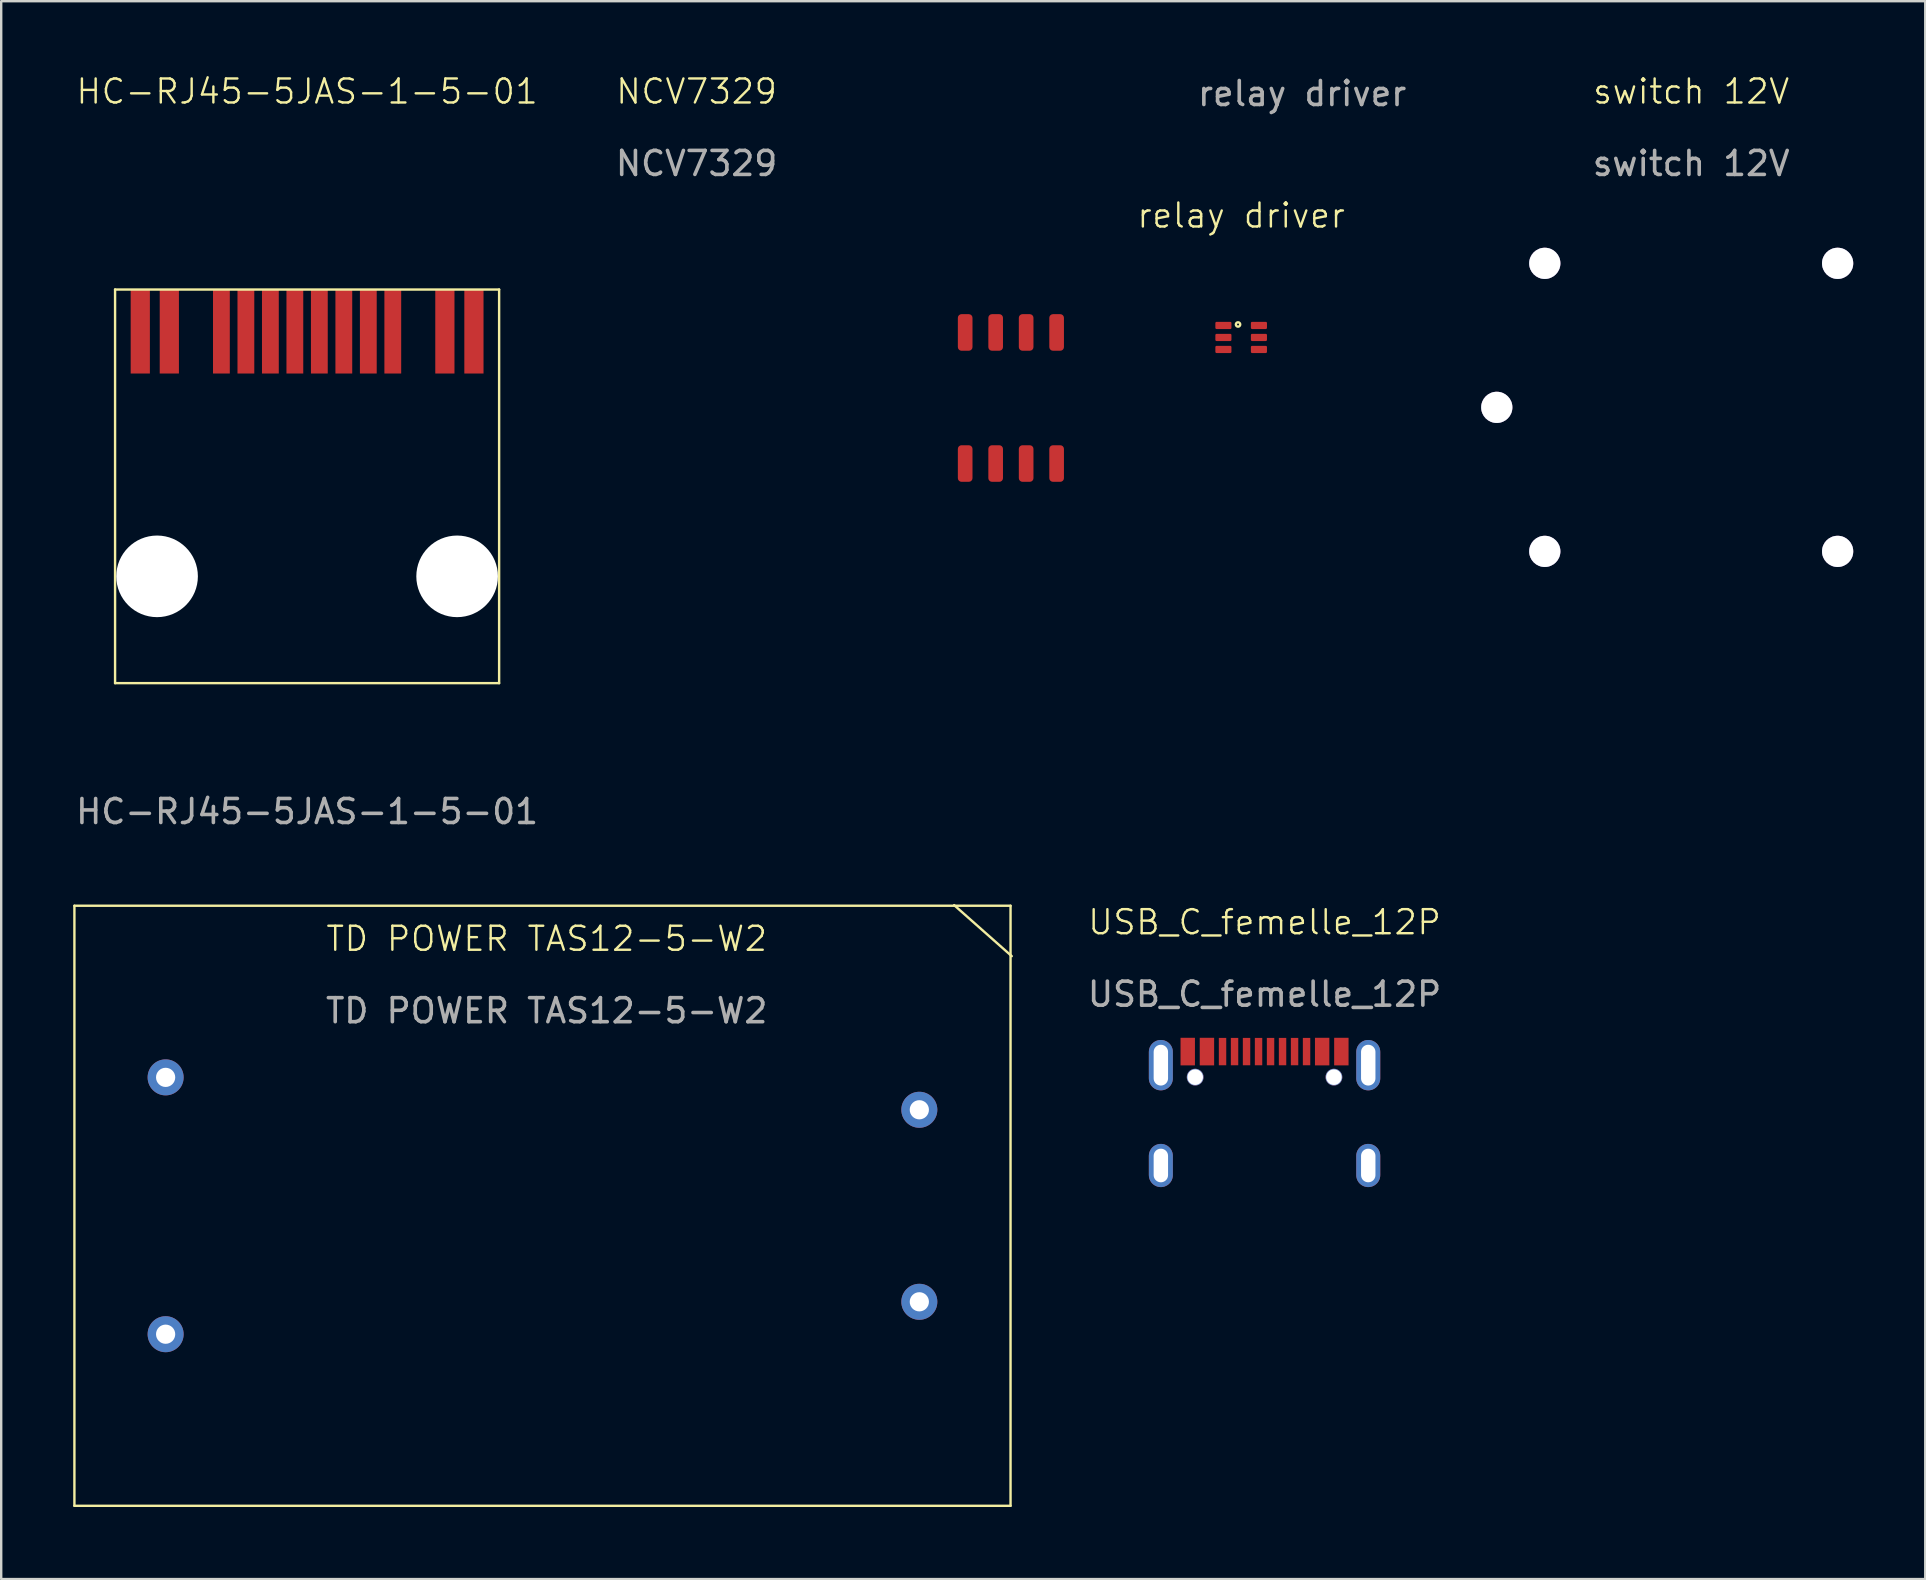
<source format=kicad_pcb>
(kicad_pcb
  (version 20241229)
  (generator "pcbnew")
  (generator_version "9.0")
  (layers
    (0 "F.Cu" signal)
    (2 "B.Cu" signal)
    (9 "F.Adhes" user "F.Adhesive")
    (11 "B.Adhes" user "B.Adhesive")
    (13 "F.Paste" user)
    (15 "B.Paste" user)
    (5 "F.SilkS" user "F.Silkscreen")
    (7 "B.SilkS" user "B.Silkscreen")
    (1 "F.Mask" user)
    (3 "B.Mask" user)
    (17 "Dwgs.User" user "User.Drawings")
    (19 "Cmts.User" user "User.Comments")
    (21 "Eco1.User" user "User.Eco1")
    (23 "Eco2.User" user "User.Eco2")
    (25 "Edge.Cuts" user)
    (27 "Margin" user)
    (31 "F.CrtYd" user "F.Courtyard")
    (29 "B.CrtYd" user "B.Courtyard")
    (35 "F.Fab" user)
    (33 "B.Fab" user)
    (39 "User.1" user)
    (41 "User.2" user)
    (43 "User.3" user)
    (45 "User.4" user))
  (footprint "HC-RJ45-5JAS-1-5-01"
    (layer "F.Cu")
    (at 9.744 10.761)
    (property "Reference" "HC-RJ45-5JAS-1-5-01" (at 0 -10 0) (unlocked yes) (layer "F.SilkS") (effects (font (size 1 1) (thickness 0.1))))
    (attr smd)
    (fp_line (start -8 -1.75) (end -8 14.65) (stroke (width 0.1) (type default)) (layer "F.SilkS"))
    (fp_line (start -8 -1.75) (end 8 -1.75) (stroke (width 0.1) (type default)) (layer "F.SilkS"))
    (fp_line (start 8 14.65) (end -8 14.65) (stroke (width 0.1) (type default)) (layer "F.SilkS"))
    (fp_line (start 8 14.65) (end 8 -1.75) (stroke (width 0.1) (type default)) (layer "F.SilkS"))
    (fp_text user "${REFERENCE}" (at 0 20 0) (unlocked yes) (layer "F.Fab") (effects (font (size 1 1) (thickness 0.15))))
    (pad "" np_thru_hole circle (at -6.25 10.2) (size 3.4 3.4) (drill 3.4) (layers "*.Cu" "*.Mask"))
    (pad "" np_thru_hole circle (at 6.25 10.2) (size 3.4 3.4) (drill 3.4) (layers "*.Cu" "*.Mask"))
    (pad "1" smd rect (at 3.57 0) (size 0.7 3.5) (layers "F.Cu" "F.Mask" "F.Paste"))
    (pad "2" smd rect (at 2.55 0) (size 0.7 3.5) (layers "F.Cu" "F.Mask" "F.Paste"))
    (pad "3" smd rect (at 1.53 0) (size 0.7 3.5) (layers "F.Cu" "F.Mask" "F.Paste"))
    (pad "4" smd rect (at 0.51 0) (size 0.7 3.5) (layers "F.Cu" "F.Mask" "F.Paste"))
    (pad "5" smd rect (at -0.51 0) (size 0.7 3.5) (layers "F.Cu" "F.Mask" "F.Paste"))
    (pad "6" smd rect (at -1.53 0) (size 0.7 3.5) (layers "F.Cu" "F.Mask" "F.Paste"))
    (pad "7" smd rect (at -2.55 0) (size 0.7 3.5) (layers "F.Cu" "F.Mask" "F.Paste"))
    (pad "8" smd rect (at -3.57 0) (size 0.7 3.5) (layers "F.Cu" "F.Mask" "F.Paste"))
    (pad "9" smd rect (at -5.74 0) (size 0.8 3.5) (layers "F.Cu" "F.Mask" "F.Paste"))
    (pad "10" smd rect (at -6.95 0) (size 0.8 3.5) (layers "F.Cu" "F.Mask" "F.Paste"))
    (pad "11" smd rect (at 6.95 0) (size 0.8 3.5) (layers "F.Cu" "F.Mask" "F.Paste"))
    (pad "12" smd rect (at 5.74 0) (size 0.8 3.5) (layers "F.Cu" "F.Mask" "F.Paste")))
  (footprint "USB_C_femelle_12P"
    (layer "F.Cu")
    (at 49.632 45.505)
    (property "Reference" "USB_C_femelle_12P" (at 0 -10.136 0) (unlocked yes) (layer "F.SilkS") (effects (font (size 1 1) (thickness 0.1))))
    (attr smd)
    (fp_text user "${REFERENCE}" (at 0 -7.136 0) (unlocked yes) (layer "F.Fab") (effects (font (size 1 1) (thickness 0.15))))
    (pad "A1" smd rect (at -3.2 -4.745) (size 0.6 1.15) (layers "F.Cu" "F.Mask" "F.Paste"))
    (pad "A1" thru_hole circle (at -2.89 -3.68) (size 0.7 0.7) (drill 0.65) (layers "*.Cu" "*.Mask"))
    (pad "A1" thru_hole circle (at 2.89 -3.68) (size 0.7 0.7) (drill 0.65) (layers "*.Cu" "*.Mask"))
    (pad "A1" smd rect (at 3.2 -4.745) (size 0.6 1.15) (layers "F.Cu" "F.Mask" "F.Paste"))
    (pad "A4" smd rect (at -2.4 -4.745) (size 0.6 1.15) (layers "F.Cu" "F.Mask" "F.Paste"))
    (pad "A4" smd rect (at 2.4 -4.745) (size 0.6 1.15) (layers "F.Cu" "F.Mask" "F.Paste"))
    (pad "A5" smd rect (at -1.25 -4.745) (size 0.309 1.14) (layers "F.Cu" "F.Mask" "F.Paste"))
    (pad "A6" smd rect (at -0.25 -4.745) (size 0.309 1.14) (layers "F.Cu" "F.Mask" "F.Paste"))
    (pad "A7" smd rect (at 0.25 -4.745) (size 0.309 1.14) (layers "F.Cu" "F.Mask" "F.Paste"))
    (pad "A8" smd rect (at 1.25 -4.745) (size 0.309 1.14) (layers "F.Cu" "F.Mask" "F.Paste"))
    (pad "B5" smd rect (at 1.75 -4.745) (size 0.309 1.14) (layers "F.Cu" "F.Mask" "F.Paste"))
    (pad "B6" smd rect (at 0.75 -4.745) (size 0.309 1.14) (layers "F.Cu" "F.Mask" "F.Paste"))
    (pad "B7" smd rect (at -0.75 -4.745) (size 0.309 1.14) (layers "F.Cu" "F.Mask" "F.Paste"))
    (pad "B8" smd rect (at -1.75 -4.745) (size 0.309 1.14) (layers "F.Cu" "F.Mask" "F.Paste"))
    (pad "S1" thru_hole oval (at -4.32 -4.18) (size 1 2.1) (drill oval 0.6 1.7) (layers "*.Cu" "*.Mask"))
    (pad "S1" thru_hole oval (at -4.32 0) (size 1 1.8) (drill oval 0.6 1.4) (layers "*.Cu" "*.Mask"))
    (pad "S1" thru_hole oval (at 4.32 -4.18) (size 1 2.1) (drill oval 0.6 1.7) (layers "*.Cu" "*.Mask"))
    (pad "S1" thru_hole oval (at 4.32 0) (size 1 1.8) (drill oval 0.6 1.4) (layers "*.Cu" "*.Mask")))
  (footprint "NCV7329"
    (layer "F.Cu")
    (at 40.97 16.261)
    (property "Reference" "NCV7329" (at -15 -15.5 0) (unlocked yes) (layer "F.SilkS") (effects (font (size 1 1) (thickness 0.1))))
    (attr smd)
    (fp_text user "${REFERENCE}" (at -15 -12.5 0) (unlocked yes) (layer "F.Fab") (effects (font (size 1 1) (thickness 0.15))))
    (pad "1" smd roundrect (at -3.81 0) (size 0.61 1.524) (layers "F.Cu" "F.Mask" "F.Paste") (roundrect_rratio 0.25))
    (pad "2" smd roundrect (at -2.54 0) (size 0.61 1.524) (layers "F.Cu" "F.Mask" "F.Paste") (roundrect_rratio 0.25))
    (pad "3" smd roundrect (at -1.27 0) (size 0.61 1.524) (layers "F.Cu" "F.Mask" "F.Paste") (roundrect_rratio 0.25))
    (pad "4" smd roundrect (at 0 0) (size 0.61 1.524) (layers "F.Cu" "F.Mask" "F.Paste") (roundrect_rratio 0.25))
    (pad "5" smd roundrect (at 0 -5.461) (size 0.61 1.524) (layers "F.Cu" "F.Mask" "F.Paste") (roundrect_rratio 0.25))
    (pad "6" smd roundrect (at -1.27 -5.461) (size 0.61 1.524) (layers "F.Cu" "F.Mask" "F.Paste") (roundrect_rratio 0.25))
    (pad "7" smd roundrect (at -2.54 -5.461) (size 0.61 1.524) (layers "F.Cu" "F.Mask" "F.Paste") (roundrect_rratio 0.25))
    (pad "8" smd roundrect (at -3.81 -5.461) (size 0.61 1.524) (layers "F.Cu" "F.Mask" "F.Paste") (roundrect_rratio 0.25)))
  (footprint "TD POWER TAS12-5-W2"
    (layer "F.Cu")
    (at 19.55 47.184)
    (property "Reference" "TD POWER TAS12-5-W2" (at 0.175 -11.125 0) (unlocked yes) (layer "F.SilkS") (effects (font (size 1 1) (thickness 0.1))))
    (attr through_hole)
    (fp_line (start -19.5 -12.5) (end 19.5 -12.5) (stroke (width 0.1) (type default)) (layer "F.SilkS"))
    (fp_line (start -19.5 12.5) (end -19.5 -12.5) (stroke (width 0.1) (type default)) (layer "F.SilkS"))
    (fp_line (start -19.5 12.5) (end 19.5 12.5) (stroke (width 0.1) (type default)) (layer "F.SilkS"))
    (fp_line (start 17.15 -12.525) (end 19.55 -10.4) (stroke (width 0.1) (type default)) (layer "F.SilkS"))
    (fp_line (start 19.5 -12.5) (end 19.5 12.5) (stroke (width 0.1) (type default)) (layer "F.SilkS"))
    (fp_text user "${REFERENCE}" (at 0.175 -8.125 0) (unlocked yes) (layer "F.Fab") (effects (font (size 1 1) (thickness 0.15))))
    (pad "1" thru_hole circle (at -15.7 5.35) (size 1.5 1.5) (drill 0.8) (layers "*.Cu" "*.Mask"))
    (pad "2" thru_hole circle (at -15.7 -5.35) (size 1.5 1.5) (drill 0.8) (layers "*.Cu" "*.Mask"))
    (pad "4" thru_hole circle (at 15.7 -4) (size 1.5 1.5) (drill 0.8) (layers "*.Cu" "*.Mask"))
    (pad "6" thru_hole circle (at 15.7 4) (size 1.5 1.5) (drill 0.8) (layers "*.Cu" "*.Mask")))
  (footprint "switch 12V"
    (layer "F.Cu")
    (at 67.407 13.921)
    (property "Reference" "switch 12V" (at 0 -13.16 0) (unlocked yes) (layer "F.SilkS") (effects (font (size 1 1) (thickness 0.1))))
    (attr through_hole)
    (fp_text user "${REFERENCE}" (at 0 -10.16 0) (unlocked yes) (layer "F.Fab") (effects (font (size 1 1) (thickness 0.15))))
    (pad "1" thru_hole circle (at -6.1 -6) (size 1.3 1.3) (drill 1.3) (layers "*.Cu" "*.Mask"))
    (pad "2" thru_hole circle (at -6.1 6) (size 1.3 1.3) (drill 1.3) (layers "*.Cu" "*.Mask"))
    (pad "L" thru_hole circle (at -8.1 0) (size 1.3 1.3) (drill 1.3) (layers "*.Cu" "*.Mask"))
    (pad "L1" thru_hole circle (at 6.1 -6) (size 1.3 1.3) (drill 1.3) (layers "*.Cu" "*.Mask"))
    (pad "L2" thru_hole circle (at 6.1 6) (size 1.3 1.3) (drill 1.3) (layers "*.Cu" "*.Mask")))
  (footprint "relay driver"
    (layer "F.Cu")
    (at 48.658 11.008)
    (property "Reference" "relay driver" (at 0 -5.08 0) (unlocked yes) (layer "F.SilkS") (effects (font (size 1 1) (thickness 0.1))))
    (attr smd)
    (fp_circle (center -0.13 -0.54) (end -0.09 -0.55) (stroke (width 0.1) (type default)) (fill no) (layer "F.SilkS"))
    (fp_text user "${REFERENCE}" (at 2.54 -10.16 0) (unlocked yes) (layer "F.Fab") (effects (font (size 1 1) (thickness 0.15))))
    (pad "1" smd roundrect (at -0.74 -0.5) (size 0.67 0.3) (layers "F.Cu" "F.Mask" "F.Paste") (roundrect_rratio 0.167))
    (pad "2" smd roundrect (at -0.74 0) (size 0.67 0.3) (layers "F.Cu" "F.Mask" "F.Paste") (roundrect_rratio 0.167))
    (pad "3" smd roundrect (at -0.74 0.5) (size 0.67 0.3) (layers "F.Cu" "F.Mask" "F.Paste") (roundrect_rratio 0.167))
    (pad "4" smd roundrect (at 0.74 0.5) (size 0.67 0.3) (layers "F.Cu" "F.Mask" "F.Paste") (roundrect_rratio 0.167))
    (pad "5" smd roundrect (at 0.74 0) (size 0.67 0.3) (layers "F.Cu" "F.Mask" "F.Paste") (roundrect_rratio 0.167))
    (pad "6" smd roundrect (at 0.74 -0.5) (size 0.67 0.3) (layers "F.Cu" "F.Mask" "F.Paste") (roundrect_rratio 0.167)))
  (gr_rect
    (start -3 -3)
    (end 77.157 62.734)
    (stroke (width 0.1) (type default))
    (fill no)
    (layer "Edge.Cuts")))
</source>
